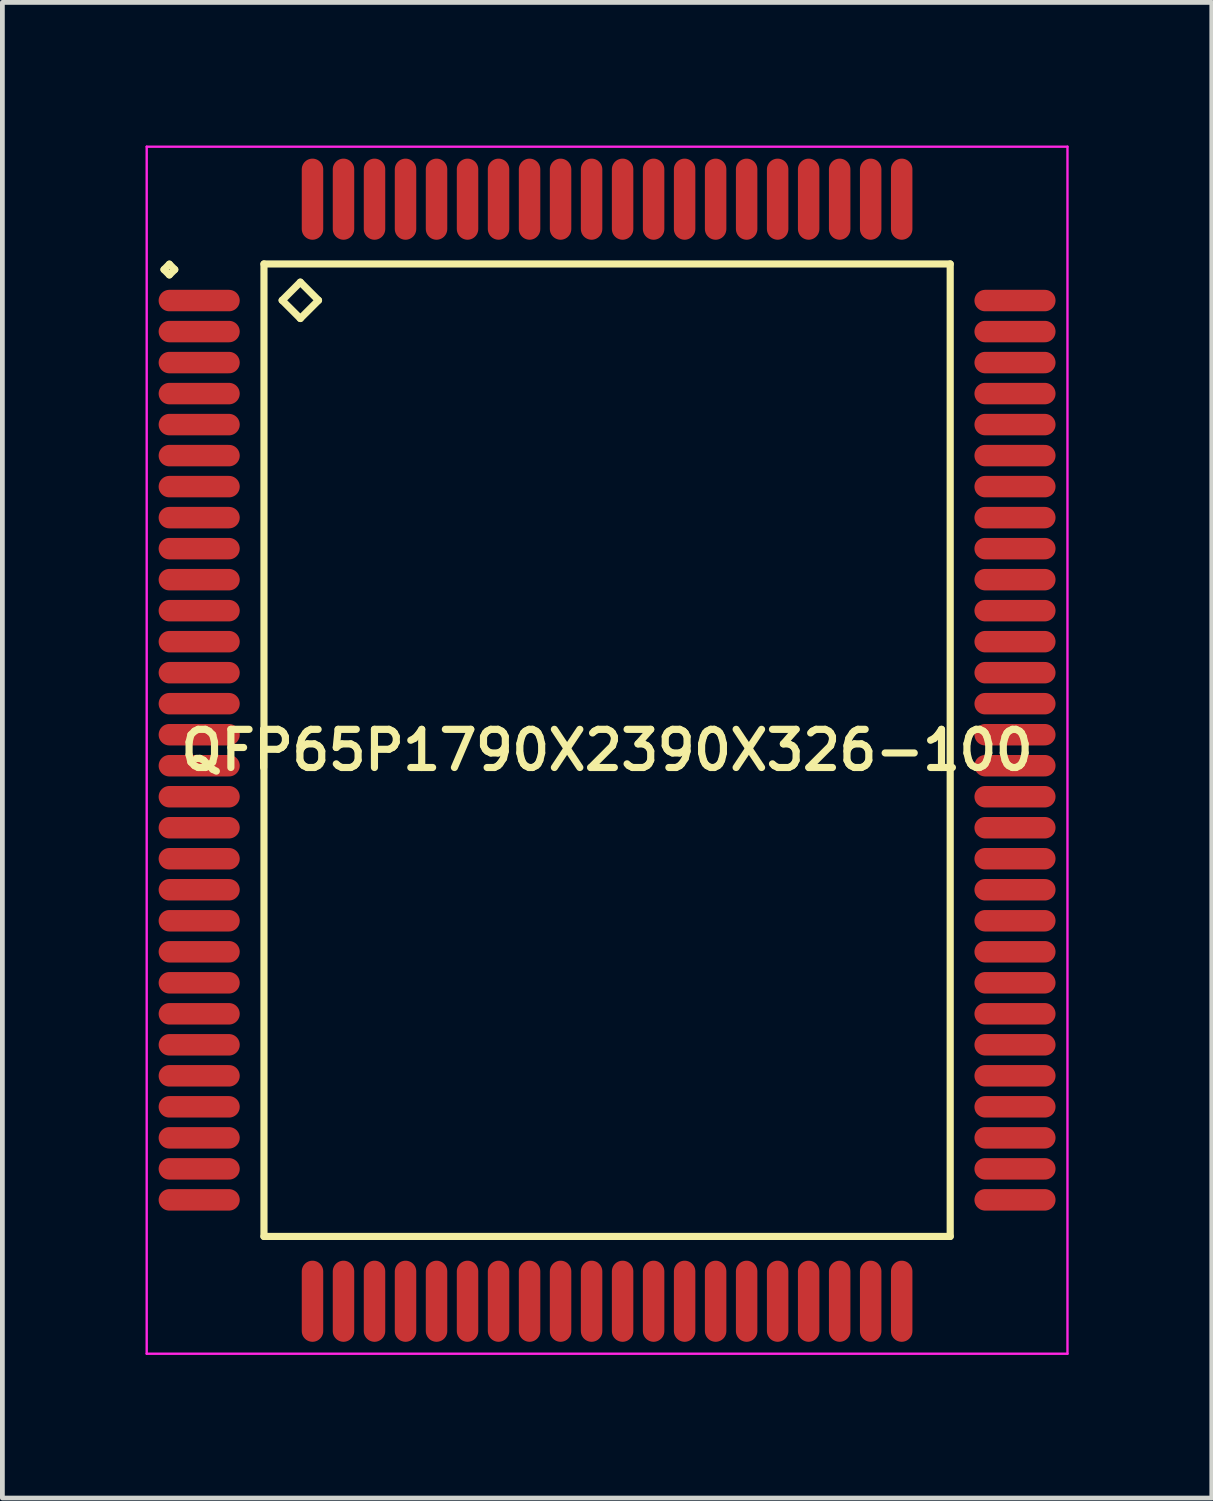
<source format=kicad_pcb>
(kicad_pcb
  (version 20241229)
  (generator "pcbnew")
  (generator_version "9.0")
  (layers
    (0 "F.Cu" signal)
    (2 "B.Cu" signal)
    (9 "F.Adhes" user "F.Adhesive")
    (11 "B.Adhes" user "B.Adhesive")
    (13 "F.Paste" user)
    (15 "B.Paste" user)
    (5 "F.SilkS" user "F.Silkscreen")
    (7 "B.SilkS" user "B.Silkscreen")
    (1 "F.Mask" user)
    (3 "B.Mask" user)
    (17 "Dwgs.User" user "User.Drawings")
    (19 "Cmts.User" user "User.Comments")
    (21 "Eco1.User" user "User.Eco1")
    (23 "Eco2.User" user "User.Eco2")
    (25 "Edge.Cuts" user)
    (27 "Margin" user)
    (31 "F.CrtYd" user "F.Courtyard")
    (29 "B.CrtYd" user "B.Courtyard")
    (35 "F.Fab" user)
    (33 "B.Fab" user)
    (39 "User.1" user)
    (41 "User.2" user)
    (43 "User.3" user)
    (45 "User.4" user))
  (footprint "QFP65P1790X2390X326-100"
    (layer "F.Cu")
    (at 9.675 12.675)
    (property "Reference" "QFP65P1790X2390X326-100" (at 0 0 0) (layer "F.SilkS") (effects (font (size 0.8 0.8) (thickness 0.15))))
    (attr smd)
    (fp_line (start -9.287 -10.075) (end -9.175 -10.188) (stroke (width 0.15) (type solid)) (layer "F.SilkS"))
    (fp_line (start -9.175 -10.188) (end -9.062 -10.075) (stroke (width 0.15) (type solid)) (layer "F.SilkS"))
    (fp_line (start -9.175 -9.963) (end -9.287 -10.075) (stroke (width 0.15) (type solid)) (layer "F.SilkS"))
    (fp_line (start -9.062 -10.075) (end -9.175 -9.963) (stroke (width 0.15) (type solid)) (layer "F.SilkS"))
    (fp_line (start -7.192 -10.192) (end -7.192 10.192) (stroke (width 0.15) (type solid)) (layer "F.SilkS"))
    (fp_line (start -7.192 10.192) (end 7.192 10.192) (stroke (width 0.15) (type solid)) (layer "F.SilkS"))
    (fp_line (start -6.811 -9.43) (end -6.43 -9.811) (stroke (width 0.15) (type solid)) (layer "F.SilkS"))
    (fp_line (start -6.43 -9.811) (end -6.049 -9.43) (stroke (width 0.15) (type solid)) (layer "F.SilkS"))
    (fp_line (start -6.43 -9.049) (end -6.811 -9.43) (stroke (width 0.15) (type solid)) (layer "F.SilkS"))
    (fp_line (start -6.049 -9.43) (end -6.43 -9.049) (stroke (width 0.15) (type solid)) (layer "F.SilkS"))
    (fp_line (start 7.192 -10.192) (end -7.192 -10.192) (stroke (width 0.15) (type solid)) (layer "F.SilkS"))
    (fp_line (start 7.192 10.192) (end 7.192 -10.192) (stroke (width 0.15) (type solid)) (layer "F.SilkS"))
    (fp_line (start -9.65 -12.65) (end 9.65 -12.65) (stroke (width 0.05) (type solid)) (layer "F.CrtYd"))
    (fp_line (start -9.65 12.65) (end -9.65 -12.65) (stroke (width 0.05) (type solid)) (layer "F.CrtYd"))
    (fp_line (start 9.65 -12.65) (end 9.65 12.65) (stroke (width 0.05) (type solid)) (layer "F.CrtYd"))
    (fp_line (start 9.65 12.65) (end -9.65 12.65) (stroke (width 0.05) (type solid)) (layer "F.CrtYd"))
    (pad "1" smd oval (at -8.55 -9.425) (size 1.7 0.45) (layers "F.Cu" "F.Mask" "F.Paste"))
    (pad "2" smd oval (at -8.55 -8.775) (size 1.7 0.45) (layers "F.Cu" "F.Mask" "F.Paste"))
    (pad "3" smd oval (at -8.55 -8.125) (size 1.7 0.45) (layers "F.Cu" "F.Mask" "F.Paste"))
    (pad "4" smd oval (at -8.55 -7.475) (size 1.7 0.45) (layers "F.Cu" "F.Mask" "F.Paste"))
    (pad "5" smd oval (at -8.55 -6.825) (size 1.7 0.45) (layers "F.Cu" "F.Mask" "F.Paste"))
    (pad "6" smd oval (at -8.55 -6.175) (size 1.7 0.45) (layers "F.Cu" "F.Mask" "F.Paste"))
    (pad "7" smd oval (at -8.55 -5.525) (size 1.7 0.45) (layers "F.Cu" "F.Mask" "F.Paste"))
    (pad "8" smd oval (at -8.55 -4.875) (size 1.7 0.45) (layers "F.Cu" "F.Mask" "F.Paste"))
    (pad "9" smd oval (at -8.55 -4.225) (size 1.7 0.45) (layers "F.Cu" "F.Mask" "F.Paste"))
    (pad "10" smd oval (at -8.55 -3.575) (size 1.7 0.45) (layers "F.Cu" "F.Mask" "F.Paste"))
    (pad "11" smd oval (at -8.55 -2.925) (size 1.7 0.45) (layers "F.Cu" "F.Mask" "F.Paste"))
    (pad "12" smd oval (at -8.55 -2.275) (size 1.7 0.45) (layers "F.Cu" "F.Mask" "F.Paste"))
    (pad "13" smd oval (at -8.55 -1.625) (size 1.7 0.45) (layers "F.Cu" "F.Mask" "F.Paste"))
    (pad "14" smd oval (at -8.55 -0.975) (size 1.7 0.45) (layers "F.Cu" "F.Mask" "F.Paste"))
    (pad "15" smd oval (at -8.55 -0.325) (size 1.7 0.45) (layers "F.Cu" "F.Mask" "F.Paste"))
    (pad "16" smd oval (at -8.55 0.325) (size 1.7 0.45) (layers "F.Cu" "F.Mask" "F.Paste"))
    (pad "17" smd oval (at -8.55 0.975) (size 1.7 0.45) (layers "F.Cu" "F.Mask" "F.Paste"))
    (pad "18" smd oval (at -8.55 1.625) (size 1.7 0.45) (layers "F.Cu" "F.Mask" "F.Paste"))
    (pad "19" smd oval (at -8.55 2.275) (size 1.7 0.45) (layers "F.Cu" "F.Mask" "F.Paste"))
    (pad "20" smd oval (at -8.55 2.925) (size 1.7 0.45) (layers "F.Cu" "F.Mask" "F.Paste"))
    (pad "21" smd oval (at -8.55 3.575) (size 1.7 0.45) (layers "F.Cu" "F.Mask" "F.Paste"))
    (pad "22" smd oval (at -8.55 4.225) (size 1.7 0.45) (layers "F.Cu" "F.Mask" "F.Paste"))
    (pad "23" smd oval (at -8.55 4.875) (size 1.7 0.45) (layers "F.Cu" "F.Mask" "F.Paste"))
    (pad "24" smd oval (at -8.55 5.525) (size 1.7 0.45) (layers "F.Cu" "F.Mask" "F.Paste"))
    (pad "25" smd oval (at -8.55 6.175) (size 1.7 0.45) (layers "F.Cu" "F.Mask" "F.Paste"))
    (pad "26" smd oval (at -8.55 6.825) (size 1.7 0.45) (layers "F.Cu" "F.Mask" "F.Paste"))
    (pad "27" smd oval (at -8.55 7.475) (size 1.7 0.45) (layers "F.Cu" "F.Mask" "F.Paste"))
    (pad "28" smd oval (at -8.55 8.125) (size 1.7 0.45) (layers "F.Cu" "F.Mask" "F.Paste"))
    (pad "29" smd oval (at -8.55 8.775) (size 1.7 0.45) (layers "F.Cu" "F.Mask" "F.Paste"))
    (pad "30" smd oval (at -8.55 9.425) (size 1.7 0.45) (layers "F.Cu" "F.Mask" "F.Paste"))
    (pad "31" smd oval (at -6.175 11.55) (size 0.45 1.7) (layers "F.Cu" "F.Mask" "F.Paste"))
    (pad "32" smd oval (at -5.525 11.55) (size 0.45 1.7) (layers "F.Cu" "F.Mask" "F.Paste"))
    (pad "33" smd oval (at -4.875 11.55) (size 0.45 1.7) (layers "F.Cu" "F.Mask" "F.Paste"))
    (pad "34" smd oval (at -4.225 11.55) (size 0.45 1.7) (layers "F.Cu" "F.Mask" "F.Paste"))
    (pad "35" smd oval (at -3.575 11.55) (size 0.45 1.7) (layers "F.Cu" "F.Mask" "F.Paste"))
    (pad "36" smd oval (at -2.925 11.55) (size 0.45 1.7) (layers "F.Cu" "F.Mask" "F.Paste"))
    (pad "37" smd oval (at -2.275 11.55) (size 0.45 1.7) (layers "F.Cu" "F.Mask" "F.Paste"))
    (pad "38" smd oval (at -1.625 11.55) (size 0.45 1.7) (layers "F.Cu" "F.Mask" "F.Paste"))
    (pad "39" smd oval (at -0.975 11.55) (size 0.45 1.7) (layers "F.Cu" "F.Mask" "F.Paste"))
    (pad "40" smd oval (at -0.325 11.55) (size 0.45 1.7) (layers "F.Cu" "F.Mask" "F.Paste"))
    (pad "41" smd oval (at 0.325 11.55) (size 0.45 1.7) (layers "F.Cu" "F.Mask" "F.Paste"))
    (pad "42" smd oval (at 0.975 11.55) (size 0.45 1.7) (layers "F.Cu" "F.Mask" "F.Paste"))
    (pad "43" smd oval (at 1.625 11.55) (size 0.45 1.7) (layers "F.Cu" "F.Mask" "F.Paste"))
    (pad "44" smd oval (at 2.275 11.55) (size 0.45 1.7) (layers "F.Cu" "F.Mask" "F.Paste"))
    (pad "45" smd oval (at 2.925 11.55) (size 0.45 1.7) (layers "F.Cu" "F.Mask" "F.Paste"))
    (pad "46" smd oval (at 3.575 11.55) (size 0.45 1.7) (layers "F.Cu" "F.Mask" "F.Paste"))
    (pad "47" smd oval (at 4.225 11.55) (size 0.45 1.7) (layers "F.Cu" "F.Mask" "F.Paste"))
    (pad "48" smd oval (at 4.875 11.55) (size 0.45 1.7) (layers "F.Cu" "F.Mask" "F.Paste"))
    (pad "49" smd oval (at 5.525 11.55) (size 0.45 1.7) (layers "F.Cu" "F.Mask" "F.Paste"))
    (pad "50" smd oval (at 6.175 11.55) (size 0.45 1.7) (layers "F.Cu" "F.Mask" "F.Paste"))
    (pad "51" smd oval (at 8.55 9.425) (size 1.7 0.45) (layers "F.Cu" "F.Mask" "F.Paste"))
    (pad "52" smd oval (at 8.55 8.775) (size 1.7 0.45) (layers "F.Cu" "F.Mask" "F.Paste"))
    (pad "53" smd oval (at 8.55 8.125) (size 1.7 0.45) (layers "F.Cu" "F.Mask" "F.Paste"))
    (pad "54" smd oval (at 8.55 7.475) (size 1.7 0.45) (layers "F.Cu" "F.Mask" "F.Paste"))
    (pad "55" smd oval (at 8.55 6.825) (size 1.7 0.45) (layers "F.Cu" "F.Mask" "F.Paste"))
    (pad "56" smd oval (at 8.55 6.175) (size 1.7 0.45) (layers "F.Cu" "F.Mask" "F.Paste"))
    (pad "57" smd oval (at 8.55 5.525) (size 1.7 0.45) (layers "F.Cu" "F.Mask" "F.Paste"))
    (pad "58" smd oval (at 8.55 4.875) (size 1.7 0.45) (layers "F.Cu" "F.Mask" "F.Paste"))
    (pad "59" smd oval (at 8.55 4.225) (size 1.7 0.45) (layers "F.Cu" "F.Mask" "F.Paste"))
    (pad "60" smd oval (at 8.55 3.575) (size 1.7 0.45) (layers "F.Cu" "F.Mask" "F.Paste"))
    (pad "61" smd oval (at 8.55 2.925) (size 1.7 0.45) (layers "F.Cu" "F.Mask" "F.Paste"))
    (pad "62" smd oval (at 8.55 2.275) (size 1.7 0.45) (layers "F.Cu" "F.Mask" "F.Paste"))
    (pad "63" smd oval (at 8.55 1.625) (size 1.7 0.45) (layers "F.Cu" "F.Mask" "F.Paste"))
    (pad "64" smd oval (at 8.55 0.975) (size 1.7 0.45) (layers "F.Cu" "F.Mask" "F.Paste"))
    (pad "65" smd oval (at 8.55 0.325) (size 1.7 0.45) (layers "F.Cu" "F.Mask" "F.Paste"))
    (pad "66" smd oval (at 8.55 -0.325) (size 1.7 0.45) (layers "F.Cu" "F.Mask" "F.Paste"))
    (pad "67" smd oval (at 8.55 -0.975) (size 1.7 0.45) (layers "F.Cu" "F.Mask" "F.Paste"))
    (pad "68" smd oval (at 8.55 -1.625) (size 1.7 0.45) (layers "F.Cu" "F.Mask" "F.Paste"))
    (pad "69" smd oval (at 8.55 -2.275) (size 1.7 0.45) (layers "F.Cu" "F.Mask" "F.Paste"))
    (pad "70" smd oval (at 8.55 -2.925) (size 1.7 0.45) (layers "F.Cu" "F.Mask" "F.Paste"))
    (pad "71" smd oval (at 8.55 -3.575) (size 1.7 0.45) (layers "F.Cu" "F.Mask" "F.Paste"))
    (pad "72" smd oval (at 8.55 -4.225) (size 1.7 0.45) (layers "F.Cu" "F.Mask" "F.Paste"))
    (pad "73" smd oval (at 8.55 -4.875) (size 1.7 0.45) (layers "F.Cu" "F.Mask" "F.Paste"))
    (pad "74" smd oval (at 8.55 -5.525) (size 1.7 0.45) (layers "F.Cu" "F.Mask" "F.Paste"))
    (pad "75" smd oval (at 8.55 -6.175) (size 1.7 0.45) (layers "F.Cu" "F.Mask" "F.Paste"))
    (pad "76" smd oval (at 8.55 -6.825) (size 1.7 0.45) (layers "F.Cu" "F.Mask" "F.Paste"))
    (pad "77" smd oval (at 8.55 -7.475) (size 1.7 0.45) (layers "F.Cu" "F.Mask" "F.Paste"))
    (pad "78" smd oval (at 8.55 -8.125) (size 1.7 0.45) (layers "F.Cu" "F.Mask" "F.Paste"))
    (pad "79" smd oval (at 8.55 -8.775) (size 1.7 0.45) (layers "F.Cu" "F.Mask" "F.Paste"))
    (pad "80" smd oval (at 8.55 -9.425) (size 1.7 0.45) (layers "F.Cu" "F.Mask" "F.Paste"))
    (pad "81" smd oval (at 6.175 -11.55) (size 0.45 1.7) (layers "F.Cu" "F.Mask" "F.Paste"))
    (pad "82" smd oval (at 5.525 -11.55) (size 0.45 1.7) (layers "F.Cu" "F.Mask" "F.Paste"))
    (pad "83" smd oval (at 4.875 -11.55) (size 0.45 1.7) (layers "F.Cu" "F.Mask" "F.Paste"))
    (pad "84" smd oval (at 4.225 -11.55) (size 0.45 1.7) (layers "F.Cu" "F.Mask" "F.Paste"))
    (pad "85" smd oval (at 3.575 -11.55) (size 0.45 1.7) (layers "F.Cu" "F.Mask" "F.Paste"))
    (pad "86" smd oval (at 2.925 -11.55) (size 0.45 1.7) (layers "F.Cu" "F.Mask" "F.Paste"))
    (pad "87" smd oval (at 2.275 -11.55) (size 0.45 1.7) (layers "F.Cu" "F.Mask" "F.Paste"))
    (pad "88" smd oval (at 1.625 -11.55) (size 0.45 1.7) (layers "F.Cu" "F.Mask" "F.Paste"))
    (pad "89" smd oval (at 0.975 -11.55) (size 0.45 1.7) (layers "F.Cu" "F.Mask" "F.Paste"))
    (pad "90" smd oval (at 0.325 -11.55) (size 0.45 1.7) (layers "F.Cu" "F.Mask" "F.Paste"))
    (pad "91" smd oval (at -0.325 -11.55) (size 0.45 1.7) (layers "F.Cu" "F.Mask" "F.Paste"))
    (pad "92" smd oval (at -0.975 -11.55) (size 0.45 1.7) (layers "F.Cu" "F.Mask" "F.Paste"))
    (pad "93" smd oval (at -1.625 -11.55) (size 0.45 1.7) (layers "F.Cu" "F.Mask" "F.Paste"))
    (pad "94" smd oval (at -2.275 -11.55) (size 0.45 1.7) (layers "F.Cu" "F.Mask" "F.Paste"))
    (pad "95" smd oval (at -2.925 -11.55) (size 0.45 1.7) (layers "F.Cu" "F.Mask" "F.Paste"))
    (pad "96" smd oval (at -3.575 -11.55) (size 0.45 1.7) (layers "F.Cu" "F.Mask" "F.Paste"))
    (pad "97" smd oval (at -4.225 -11.55) (size 0.45 1.7) (layers "F.Cu" "F.Mask" "F.Paste"))
    (pad "98" smd oval (at -4.875 -11.55) (size 0.45 1.7) (layers "F.Cu" "F.Mask" "F.Paste"))
    (pad "99" smd oval (at -5.525 -11.55) (size 0.45 1.7) (layers "F.Cu" "F.Mask" "F.Paste"))
    (pad "100" smd oval (at -6.175 -11.55) (size 0.45 1.7) (layers "F.Cu" "F.Mask" "F.Paste")))
  (gr_rect
    (start -3 -3)
    (end 22.35 28.35)
    (stroke (width 0.1) (type default))
    (fill no)
    (layer "Edge.Cuts")))
</source>
